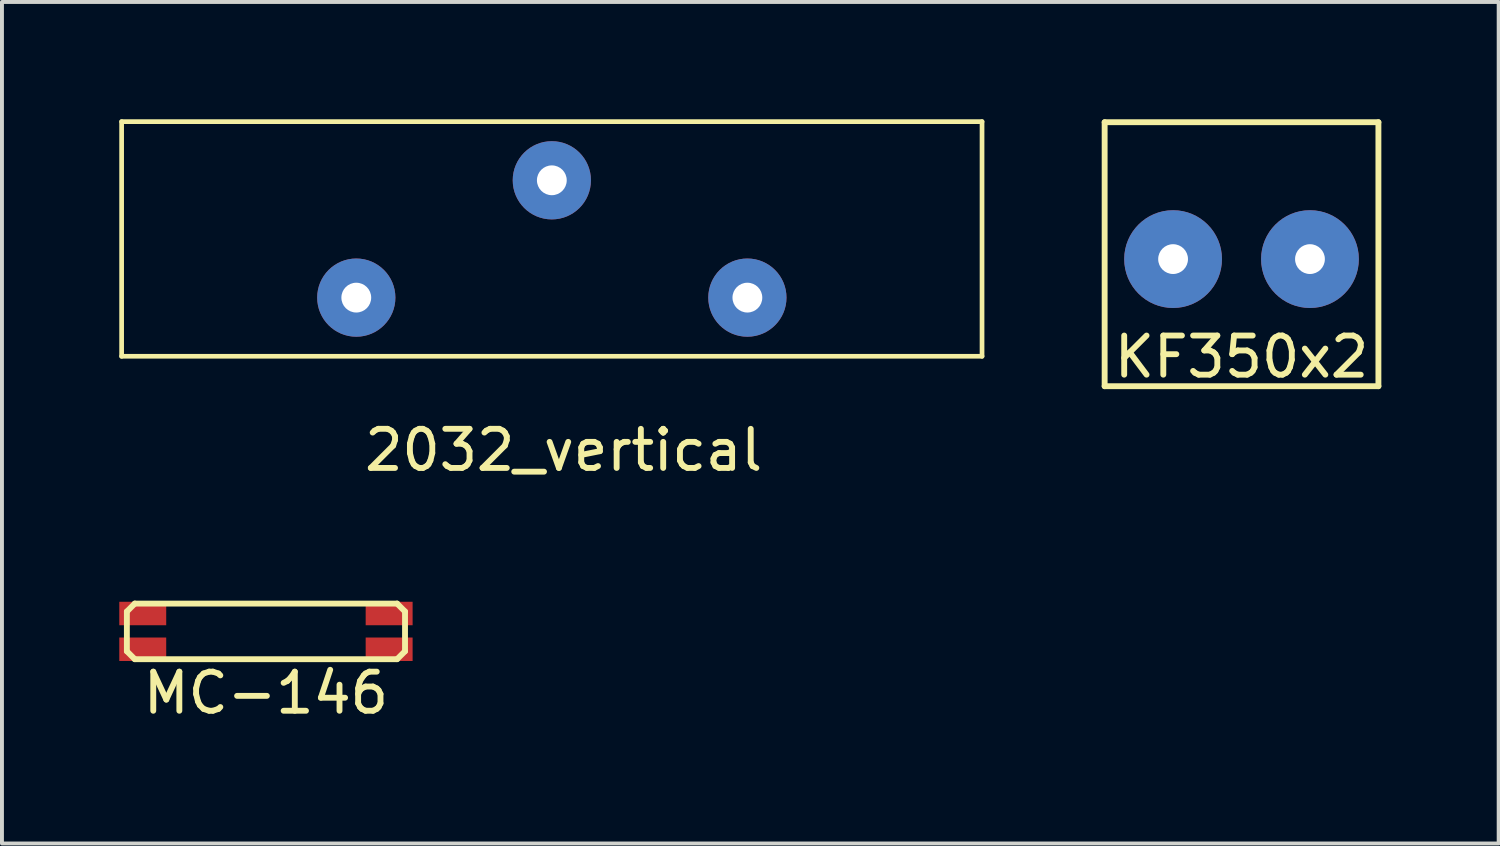
<source format=kicad_pcb>
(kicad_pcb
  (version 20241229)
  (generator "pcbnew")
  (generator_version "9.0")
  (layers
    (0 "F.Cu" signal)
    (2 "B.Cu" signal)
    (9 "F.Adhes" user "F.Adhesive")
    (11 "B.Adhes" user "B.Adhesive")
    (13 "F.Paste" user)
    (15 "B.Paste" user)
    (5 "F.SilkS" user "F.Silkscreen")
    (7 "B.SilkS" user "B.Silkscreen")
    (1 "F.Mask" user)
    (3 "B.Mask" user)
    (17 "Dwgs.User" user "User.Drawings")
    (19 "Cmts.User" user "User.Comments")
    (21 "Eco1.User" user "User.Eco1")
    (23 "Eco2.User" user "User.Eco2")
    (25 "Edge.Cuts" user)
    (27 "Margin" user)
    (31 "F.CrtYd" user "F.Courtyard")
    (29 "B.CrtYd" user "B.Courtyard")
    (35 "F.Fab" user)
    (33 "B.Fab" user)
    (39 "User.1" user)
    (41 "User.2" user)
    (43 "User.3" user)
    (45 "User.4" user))
  (footprint "2032_vertical"
    (layer "F.Cu")
    (at 11.06 3.06)
    (property "Reference" "2032_vertical" (at 0.3 5.4 0) (layer "F.SilkS") (effects (font (size 1 1) (thickness 0.15))))
    (attr through_hole)
    (fp_line (start -11 -3) (end 11 -3) (stroke (width 0.12) (type solid)) (layer "F.SilkS"))
    (fp_line (start -11 3) (end -11 -3) (stroke (width 0.12) (type solid)) (layer "F.SilkS"))
    (fp_line (start 11 -3) (end 11 3) (stroke (width 0.12) (type solid)) (layer "F.SilkS"))
    (fp_line (start 11 3) (end -11 3) (stroke (width 0.12) (type solid)) (layer "F.SilkS"))
    (pad "1" thru_hole circle (at -5 1.5) (size 2 2) (drill 0.762) (layers "*.Cu" "*.Mask"))
    (pad "1" thru_hole circle (at 5 1.5) (size 2 2) (drill 0.762) (layers "*.Cu" "*.Mask"))
    (pad "2" thru_hole circle (at 0 -1.5) (size 2 2) (drill 0.762) (layers "*.Cu" "*.Mask")))
  (footprint "KF350x2"
    (layer "F.Cu")
    (at 28.695 3.575)
    (property "Reference" "KF350x2" (at 0 2.5 0) (layer "F.SilkS") (effects (font (size 1 1) (thickness 0.15))))
    (attr through_hole)
    (fp_line (start -3.5 -3.5) (end -3.5 3.25) (stroke (width 0.15) (type solid)) (layer "F.SilkS"))
    (fp_line (start -3.5 3.25) (end 3.5 3.25) (stroke (width 0.15) (type solid)) (layer "F.SilkS"))
    (fp_line (start 3.5 -3.5) (end -3.5 -3.5) (stroke (width 0.15) (type solid)) (layer "F.SilkS"))
    (fp_line (start 3.5 3.25) (end 3.5 -3.5) (stroke (width 0.15) (type solid)) (layer "F.SilkS"))
    (pad "1" thru_hole circle (at -1.75 0) (size 2.5 2.5) (drill 0.762) (layers "*.Cu" "*.Mask"))
    (pad "2" thru_hole circle (at 1.75 0) (size 2.5 2.5) (drill 0.762) (layers "*.Cu" "*.Mask")))
  (footprint "MC-146"
    (layer "F.Cu")
    (at 3.75 13.094)
    (property "Reference" "MC-146" (at 0 1.575 0) (layer "F.SilkS") (effects (font (size 1 1) (thickness 0.15))))
    (attr through_hole)
    (fp_line (start -3.556 -0.508) (end -3.353 -0.711) (stroke (width 0.15) (type solid)) (layer "F.SilkS"))
    (fp_line (start -3.556 0.508) (end -3.556 -0.508) (stroke (width 0.15) (type solid)) (layer "F.SilkS"))
    (fp_line (start -3.353 -0.711) (end 3.353 -0.711) (stroke (width 0.15) (type solid)) (layer "F.SilkS"))
    (fp_line (start -3.353 0.711) (end -3.556 0.508) (stroke (width 0.15) (type solid)) (layer "F.SilkS"))
    (fp_line (start 3.353 -0.711) (end 3.556 -0.508) (stroke (width 0.15) (type solid)) (layer "F.SilkS"))
    (fp_line (start 3.353 0.711) (end -3.353 0.711) (stroke (width 0.15) (type solid)) (layer "F.SilkS"))
    (fp_line (start 3.556 -0.508) (end 3.556 0.508) (stroke (width 0.15) (type solid)) (layer "F.SilkS"))
    (fp_line (start 3.556 0.508) (end 3.353 0.711) (stroke (width 0.15) (type solid)) (layer "F.SilkS"))
    (pad "1" smd rect (at -3.15 0.457) (size 1.2 0.6) (layers "F.Cu" "F.Mask" "F.Paste"))
    (pad "2" smd rect (at 3.15 0.457) (size 1.2 0.6) (layers "F.Cu" "F.Mask" "F.Paste"))
    (pad "3" smd rect (at 3.15 -0.457) (size 1.2 0.6) (layers "F.Cu" "F.Mask" "F.Paste"))
    (pad "4" smd rect (at -3.15 -0.457) (size 1.2 0.6) (layers "F.Cu" "F.Mask" "F.Paste")))
  (gr_rect
    (start -3 -3)
    (end 35.27 18.517)
    (stroke (width 0.1) (type default))
    (fill no)
    (layer "Edge.Cuts")))
</source>
